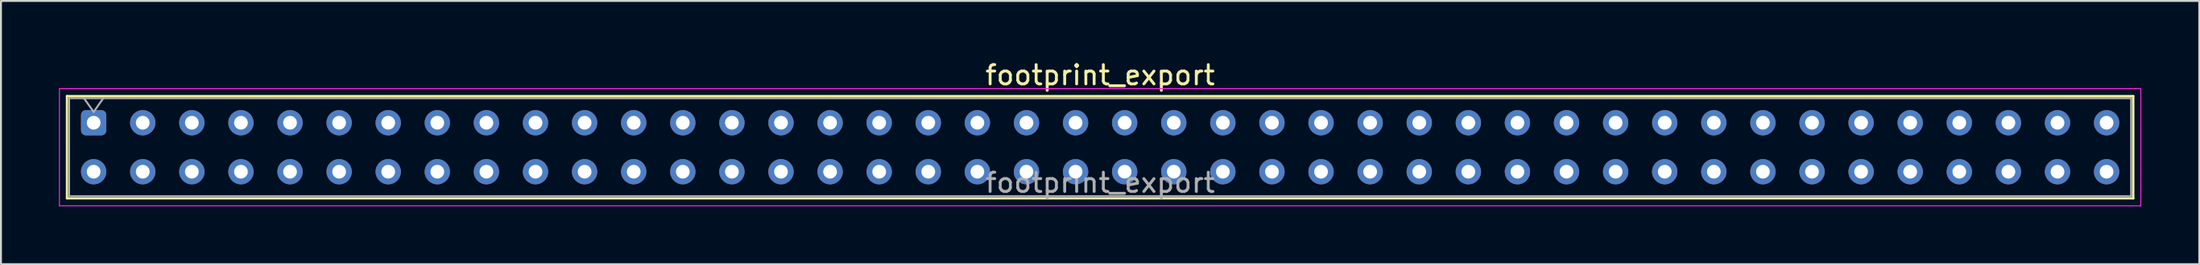
<source format=kicad_pcb>
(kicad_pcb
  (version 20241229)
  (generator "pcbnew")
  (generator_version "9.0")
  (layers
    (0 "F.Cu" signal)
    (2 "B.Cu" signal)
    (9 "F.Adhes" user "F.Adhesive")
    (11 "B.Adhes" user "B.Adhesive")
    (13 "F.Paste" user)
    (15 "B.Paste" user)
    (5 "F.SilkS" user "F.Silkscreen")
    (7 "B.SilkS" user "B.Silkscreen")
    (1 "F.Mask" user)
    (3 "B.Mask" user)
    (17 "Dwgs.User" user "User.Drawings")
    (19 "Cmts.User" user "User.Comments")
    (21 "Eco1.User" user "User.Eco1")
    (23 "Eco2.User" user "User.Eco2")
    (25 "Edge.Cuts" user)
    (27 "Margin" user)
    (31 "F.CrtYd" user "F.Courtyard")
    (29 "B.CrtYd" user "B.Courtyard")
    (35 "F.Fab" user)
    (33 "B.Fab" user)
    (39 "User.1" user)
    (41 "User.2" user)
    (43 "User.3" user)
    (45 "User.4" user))
  (footprint "footprint_export"
    (layer "F.Cu")
    (at 1.795 3.318)
    (property "Reference" "footprint_export" (at 52.07 -2.47 0) (layer "F.SilkS") (effects (font (size 1 1) (thickness 0.15))))
    (attr through_hole)
    (fp_line (start -1.38 -1.38) (end 105.52 -1.38) (stroke (width 0.12) (type solid)) (layer "F.SilkS"))
    (fp_line (start -1.38 3.92) (end -1.38 -1.38) (stroke (width 0.12) (type solid)) (layer "F.SilkS"))
    (fp_line (start 105.52 -1.38) (end 105.52 3.92) (stroke (width 0.12) (type solid)) (layer "F.SilkS"))
    (fp_line (start 105.52 3.92) (end -1.38 3.92) (stroke (width 0.12) (type solid)) (layer "F.SilkS"))
    (fp_line (start -1.77 -1.77) (end 105.91 -1.77) (stroke (width 0.05) (type solid)) (layer "F.CrtYd"))
    (fp_line (start -1.77 4.31) (end -1.77 -1.77) (stroke (width 0.05) (type solid)) (layer "F.CrtYd"))
    (fp_line (start 105.91 -1.77) (end 105.91 4.31) (stroke (width 0.05) (type solid)) (layer "F.CrtYd"))
    (fp_line (start 105.91 4.31) (end -1.77 4.31) (stroke (width 0.05) (type solid)) (layer "F.CrtYd"))
    (fp_line (start -1.27 -1.27) (end 105.41 -1.27) (stroke (width 0.1) (type solid)) (layer "F.Fab"))
    (fp_line (start -1.27 3.81) (end -1.27 -1.27) (stroke (width 0.1) (type solid)) (layer "F.Fab"))
    (fp_line (start -0.5 -1.27) (end 0 -0.563) (stroke (width 0.1) (type solid)) (layer "F.Fab"))
    (fp_line (start 0 -0.563) (end 0.5 -1.27) (stroke (width 0.1) (type solid)) (layer "F.Fab"))
    (fp_line (start 105.41 -1.27) (end 105.41 3.81) (stroke (width 0.1) (type solid)) (layer "F.Fab"))
    (fp_line (start 105.41 3.81) (end -1.27 3.81) (stroke (width 0.1) (type solid)) (layer "F.Fab"))
    (fp_text user "${REFERENCE}" (at 52.07 3.11 0) (layer "F.Fab") (effects (font (size 1 1) (thickness 0.15))))
    (pad "1" thru_hole roundrect (at 0 0) (size 1.31 1.31) (drill 0.71) (layers "*.Cu" "*.Mask") (roundrect_rratio 0.191))
    (pad "2" thru_hole circle (at 0 2.54) (size 1.31 1.31) (drill 0.71) (layers "*.Cu" "*.Mask"))
    (pad "3" thru_hole circle (at 2.54 0) (size 1.31 1.31) (drill 0.71) (layers "*.Cu" "*.Mask"))
    (pad "4" thru_hole circle (at 2.54 2.54) (size 1.31 1.31) (drill 0.71) (layers "*.Cu" "*.Mask"))
    (pad "5" thru_hole circle (at 5.08 0) (size 1.31 1.31) (drill 0.71) (layers "*.Cu" "*.Mask"))
    (pad "6" thru_hole circle (at 5.08 2.54) (size 1.31 1.31) (drill 0.71) (layers "*.Cu" "*.Mask"))
    (pad "7" thru_hole circle (at 7.62 0) (size 1.31 1.31) (drill 0.71) (layers "*.Cu" "*.Mask"))
    (pad "8" thru_hole circle (at 7.62 2.54) (size 1.31 1.31) (drill 0.71) (layers "*.Cu" "*.Mask"))
    (pad "9" thru_hole circle (at 10.16 0) (size 1.31 1.31) (drill 0.71) (layers "*.Cu" "*.Mask"))
    (pad "10" thru_hole circle (at 10.16 2.54) (size 1.31 1.31) (drill 0.71) (layers "*.Cu" "*.Mask"))
    (pad "11" thru_hole circle (at 12.7 0) (size 1.31 1.31) (drill 0.71) (layers "*.Cu" "*.Mask"))
    (pad "12" thru_hole circle (at 12.7 2.54) (size 1.31 1.31) (drill 0.71) (layers "*.Cu" "*.Mask"))
    (pad "13" thru_hole circle (at 15.24 0) (size 1.31 1.31) (drill 0.71) (layers "*.Cu" "*.Mask"))
    (pad "14" thru_hole circle (at 15.24 2.54) (size 1.31 1.31) (drill 0.71) (layers "*.Cu" "*.Mask"))
    (pad "15" thru_hole circle (at 17.78 0) (size 1.31 1.31) (drill 0.71) (layers "*.Cu" "*.Mask"))
    (pad "16" thru_hole circle (at 17.78 2.54) (size 1.31 1.31) (drill 0.71) (layers "*.Cu" "*.Mask"))
    (pad "17" thru_hole circle (at 20.32 0) (size 1.31 1.31) (drill 0.71) (layers "*.Cu" "*.Mask"))
    (pad "18" thru_hole circle (at 20.32 2.54) (size 1.31 1.31) (drill 0.71) (layers "*.Cu" "*.Mask"))
    (pad "19" thru_hole circle (at 22.86 0) (size 1.31 1.31) (drill 0.71) (layers "*.Cu" "*.Mask"))
    (pad "20" thru_hole circle (at 22.86 2.54) (size 1.31 1.31) (drill 0.71) (layers "*.Cu" "*.Mask"))
    (pad "21" thru_hole circle (at 25.4 0) (size 1.31 1.31) (drill 0.71) (layers "*.Cu" "*.Mask"))
    (pad "22" thru_hole circle (at 25.4 2.54) (size 1.31 1.31) (drill 0.71) (layers "*.Cu" "*.Mask"))
    (pad "23" thru_hole circle (at 27.94 0) (size 1.31 1.31) (drill 0.71) (layers "*.Cu" "*.Mask"))
    (pad "24" thru_hole circle (at 27.94 2.54) (size 1.31 1.31) (drill 0.71) (layers "*.Cu" "*.Mask"))
    (pad "25" thru_hole circle (at 30.48 0) (size 1.31 1.31) (drill 0.71) (layers "*.Cu" "*.Mask"))
    (pad "26" thru_hole circle (at 30.48 2.54) (size 1.31 1.31) (drill 0.71) (layers "*.Cu" "*.Mask"))
    (pad "27" thru_hole circle (at 33.02 0) (size 1.31 1.31) (drill 0.71) (layers "*.Cu" "*.Mask"))
    (pad "28" thru_hole circle (at 33.02 2.54) (size 1.31 1.31) (drill 0.71) (layers "*.Cu" "*.Mask"))
    (pad "29" thru_hole circle (at 35.56 0) (size 1.31 1.31) (drill 0.71) (layers "*.Cu" "*.Mask"))
    (pad "30" thru_hole circle (at 35.56 2.54) (size 1.31 1.31) (drill 0.71) (layers "*.Cu" "*.Mask"))
    (pad "31" thru_hole circle (at 38.1 0) (size 1.31 1.31) (drill 0.71) (layers "*.Cu" "*.Mask"))
    (pad "32" thru_hole circle (at 38.1 2.54) (size 1.31 1.31) (drill 0.71) (layers "*.Cu" "*.Mask"))
    (pad "33" thru_hole circle (at 40.64 0) (size 1.31 1.31) (drill 0.71) (layers "*.Cu" "*.Mask"))
    (pad "34" thru_hole circle (at 40.64 2.54) (size 1.31 1.31) (drill 0.71) (layers "*.Cu" "*.Mask"))
    (pad "35" thru_hole circle (at 43.18 0) (size 1.31 1.31) (drill 0.71) (layers "*.Cu" "*.Mask"))
    (pad "36" thru_hole circle (at 43.18 2.54) (size 1.31 1.31) (drill 0.71) (layers "*.Cu" "*.Mask"))
    (pad "37" thru_hole circle (at 45.72 0) (size 1.31 1.31) (drill 0.71) (layers "*.Cu" "*.Mask"))
    (pad "38" thru_hole circle (at 45.72 2.54) (size 1.31 1.31) (drill 0.71) (layers "*.Cu" "*.Mask"))
    (pad "39" thru_hole circle (at 48.26 0) (size 1.31 1.31) (drill 0.71) (layers "*.Cu" "*.Mask"))
    (pad "40" thru_hole circle (at 48.26 2.54) (size 1.31 1.31) (drill 0.71) (layers "*.Cu" "*.Mask"))
    (pad "41" thru_hole circle (at 50.8 0) (size 1.31 1.31) (drill 0.71) (layers "*.Cu" "*.Mask"))
    (pad "42" thru_hole circle (at 50.8 2.54) (size 1.31 1.31) (drill 0.71) (layers "*.Cu" "*.Mask"))
    (pad "43" thru_hole circle (at 53.34 0) (size 1.31 1.31) (drill 0.71) (layers "*.Cu" "*.Mask"))
    (pad "44" thru_hole circle (at 53.34 2.54) (size 1.31 1.31) (drill 0.71) (layers "*.Cu" "*.Mask"))
    (pad "45" thru_hole circle (at 55.88 0) (size 1.31 1.31) (drill 0.71) (layers "*.Cu" "*.Mask"))
    (pad "46" thru_hole circle (at 55.88 2.54) (size 1.31 1.31) (drill 0.71) (layers "*.Cu" "*.Mask"))
    (pad "47" thru_hole circle (at 58.42 0) (size 1.31 1.31) (drill 0.71) (layers "*.Cu" "*.Mask"))
    (pad "48" thru_hole circle (at 58.42 2.54) (size 1.31 1.31) (drill 0.71) (layers "*.Cu" "*.Mask"))
    (pad "49" thru_hole circle (at 60.96 0) (size 1.31 1.31) (drill 0.71) (layers "*.Cu" "*.Mask"))
    (pad "50" thru_hole circle (at 60.96 2.54) (size 1.31 1.31) (drill 0.71) (layers "*.Cu" "*.Mask"))
    (pad "51" thru_hole circle (at 63.5 0) (size 1.31 1.31) (drill 0.71) (layers "*.Cu" "*.Mask"))
    (pad "52" thru_hole circle (at 63.5 2.54) (size 1.31 1.31) (drill 0.71) (layers "*.Cu" "*.Mask"))
    (pad "53" thru_hole circle (at 66.04 0) (size 1.31 1.31) (drill 0.71) (layers "*.Cu" "*.Mask"))
    (pad "54" thru_hole circle (at 66.04 2.54) (size 1.31 1.31) (drill 0.71) (layers "*.Cu" "*.Mask"))
    (pad "55" thru_hole circle (at 68.58 0) (size 1.31 1.31) (drill 0.71) (layers "*.Cu" "*.Mask"))
    (pad "56" thru_hole circle (at 68.58 2.54) (size 1.31 1.31) (drill 0.71) (layers "*.Cu" "*.Mask"))
    (pad "57" thru_hole circle (at 71.12 0) (size 1.31 1.31) (drill 0.71) (layers "*.Cu" "*.Mask"))
    (pad "58" thru_hole circle (at 71.12 2.54) (size 1.31 1.31) (drill 0.71) (layers "*.Cu" "*.Mask"))
    (pad "59" thru_hole circle (at 73.66 0) (size 1.31 1.31) (drill 0.71) (layers "*.Cu" "*.Mask"))
    (pad "60" thru_hole circle (at 73.66 2.54) (size 1.31 1.31) (drill 0.71) (layers "*.Cu" "*.Mask"))
    (pad "61" thru_hole circle (at 76.2 0) (size 1.31 1.31) (drill 0.71) (layers "*.Cu" "*.Mask"))
    (pad "62" thru_hole circle (at 76.2 2.54) (size 1.31 1.31) (drill 0.71) (layers "*.Cu" "*.Mask"))
    (pad "63" thru_hole circle (at 78.74 0) (size 1.31 1.31) (drill 0.71) (layers "*.Cu" "*.Mask"))
    (pad "64" thru_hole circle (at 78.74 2.54) (size 1.31 1.31) (drill 0.71) (layers "*.Cu" "*.Mask"))
    (pad "65" thru_hole circle (at 81.28 0) (size 1.31 1.31) (drill 0.71) (layers "*.Cu" "*.Mask"))
    (pad "66" thru_hole circle (at 81.28 2.54) (size 1.31 1.31) (drill 0.71) (layers "*.Cu" "*.Mask"))
    (pad "67" thru_hole circle (at 83.82 0) (size 1.31 1.31) (drill 0.71) (layers "*.Cu" "*.Mask"))
    (pad "68" thru_hole circle (at 83.82 2.54) (size 1.31 1.31) (drill 0.71) (layers "*.Cu" "*.Mask"))
    (pad "69" thru_hole circle (at 86.36 0) (size 1.31 1.31) (drill 0.71) (layers "*.Cu" "*.Mask"))
    (pad "70" thru_hole circle (at 86.36 2.54) (size 1.31 1.31) (drill 0.71) (layers "*.Cu" "*.Mask"))
    (pad "71" thru_hole circle (at 88.9 0) (size 1.31 1.31) (drill 0.71) (layers "*.Cu" "*.Mask"))
    (pad "72" thru_hole circle (at 88.9 2.54) (size 1.31 1.31) (drill 0.71) (layers "*.Cu" "*.Mask"))
    (pad "73" thru_hole circle (at 91.44 0) (size 1.31 1.31) (drill 0.71) (layers "*.Cu" "*.Mask"))
    (pad "74" thru_hole circle (at 91.44 2.54) (size 1.31 1.31) (drill 0.71) (layers "*.Cu" "*.Mask"))
    (pad "75" thru_hole circle (at 93.98 0) (size 1.31 1.31) (drill 0.71) (layers "*.Cu" "*.Mask"))
    (pad "76" thru_hole circle (at 93.98 2.54) (size 1.31 1.31) (drill 0.71) (layers "*.Cu" "*.Mask"))
    (pad "77" thru_hole circle (at 96.52 0) (size 1.31 1.31) (drill 0.71) (layers "*.Cu" "*.Mask"))
    (pad "78" thru_hole circle (at 96.52 2.54) (size 1.31 1.31) (drill 0.71) (layers "*.Cu" "*.Mask"))
    (pad "79" thru_hole circle (at 99.06 0) (size 1.31 1.31) (drill 0.71) (layers "*.Cu" "*.Mask"))
    (pad "80" thru_hole circle (at 99.06 2.54) (size 1.31 1.31) (drill 0.71) (layers "*.Cu" "*.Mask"))
    (pad "81" thru_hole circle (at 101.6 0) (size 1.31 1.31) (drill 0.71) (layers "*.Cu" "*.Mask"))
    (pad "82" thru_hole circle (at 101.6 2.54) (size 1.31 1.31) (drill 0.71) (layers "*.Cu" "*.Mask"))
    (pad "83" thru_hole circle (at 104.14 0) (size 1.31 1.31) (drill 0.71) (layers "*.Cu" "*.Mask"))
    (pad "84" thru_hole circle (at 104.14 2.54) (size 1.31 1.31) (drill 0.71) (layers "*.Cu" "*.Mask")))
  (gr_rect
    (start -3 -3)
    (end 110.73 10.653)
    (stroke (width 0.1) (type default))
    (fill no)
    (layer "Edge.Cuts")))
</source>
